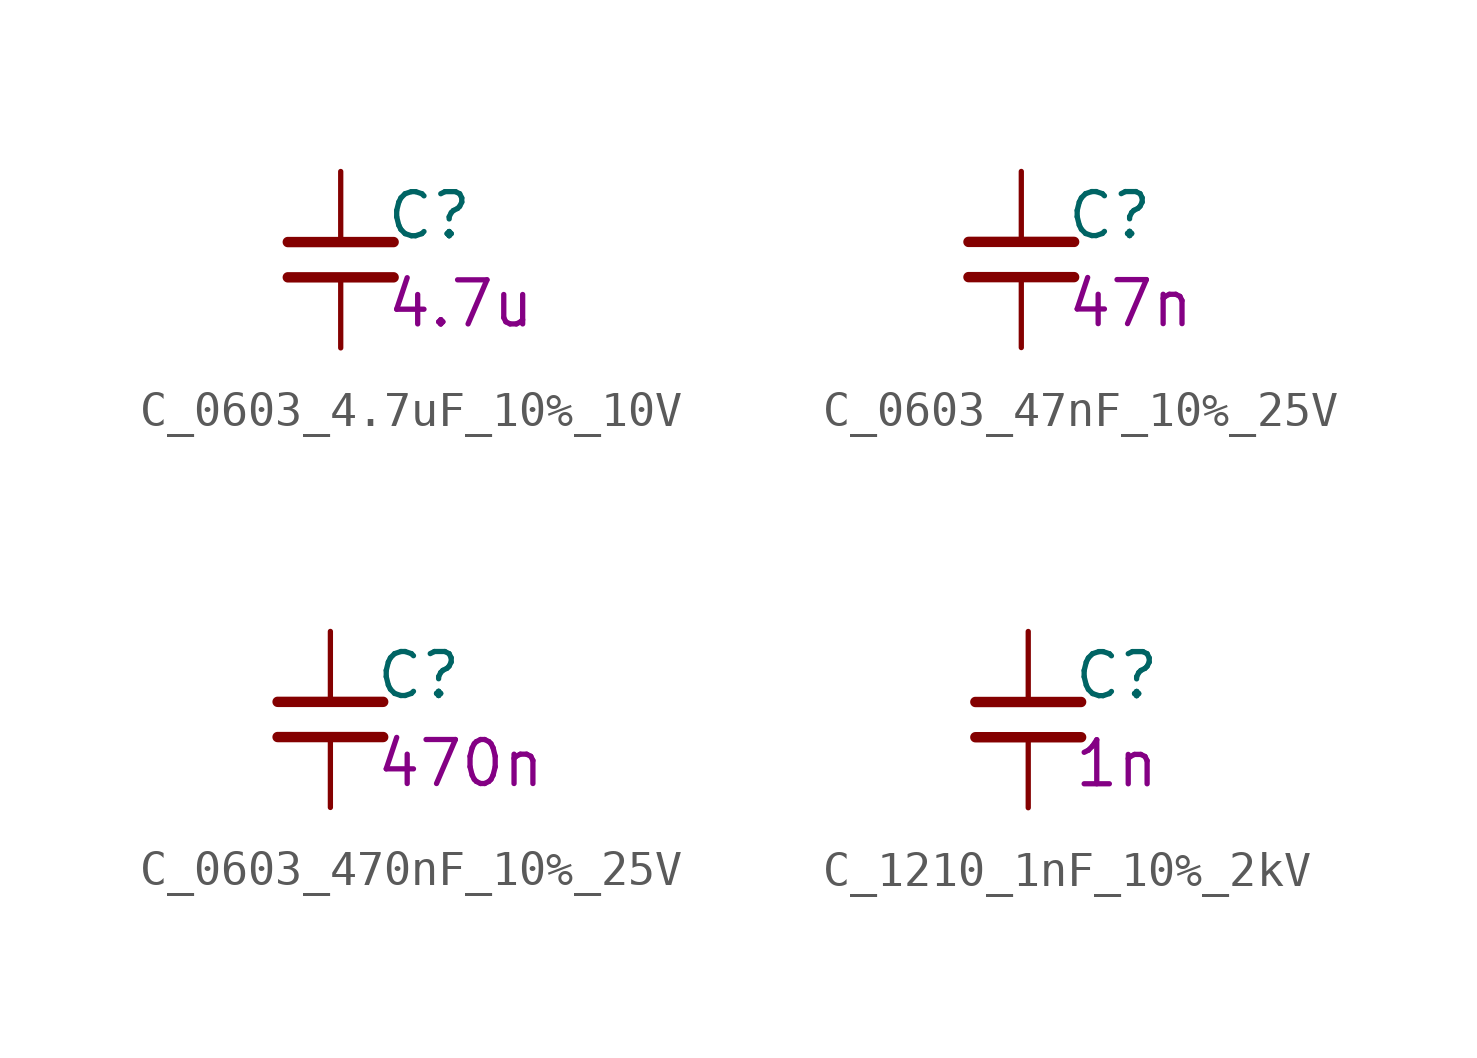
<source format=kicad_sym>
(kicad_symbol_lib
  (version 20211014)
  (generator kicad_symbol_editor)
  (symbol "C_0603_4.7uF_10%_10V"
    (pin_numbers hide)
    (pin_names hide)
    (property "Reference" "C"
      (at 1.27 1.27 0)
      (effects (font (size 1.27 1.27)) (justify left)))
    (property "Value_shown" "4.7u"
      (at 1.27 -1.27 0)
      (effects (font (size 1.27 1.27)) (justify left)))
    (symbol "C_0603_4.7uF_10%_10V_1_1"
      (polyline (pts (xy -1.524 -0.508) (xy 1.524 -0.508)) (stroke (width 0.3) (type default) (color 0 0 0 0)) (fill (type none)))
      (polyline (pts (xy -1.524 0.508) (xy 1.524 0.508)) (stroke (width 0.3) (type default) (color 0 0 0 0)) (fill (type none)))
      (pin passive line (at 0 2.54 270) (length 2.032) (name "1" (effects (font (size 0 0)))) (number "1" (effects (font (size 0 0)))))
      (pin passive line (at 0 -2.54 90) (length 2.032) (name "2" (effects (font (size 0 0)))) (number "2" (effects (font (size 0 0)))))))
  (symbol "C_0603_47nF_10%_25V"
    (pin_numbers hide)
    (pin_names hide)
    (property "Reference" "C"
      (at 1.27 1.27 0)
      (effects (font (size 1.27 1.27)) (justify left)))
    (property "Value_shown" "47n"
      (at 1.27 -1.27 0)
      (effects (font (size 1.27 1.27)) (justify left)))
    (symbol "C_0603_47nF_10%_25V_1_1"
      (polyline (pts (xy -1.524 -0.508) (xy 1.524 -0.508)) (stroke (width 0.3) (type default) (color 0 0 0 0)) (fill (type none)))
      (polyline (pts (xy -1.524 0.508) (xy 1.524 0.508)) (stroke (width 0.3) (type default) (color 0 0 0 0)) (fill (type none)))
      (pin passive line (at 0 2.54 270) (length 2.032) (name "1" (effects (font (size 0 0)))) (number "1" (effects (font (size 0 0)))))
      (pin passive line (at 0 -2.54 90) (length 2.032) (name "2" (effects (font (size 0 0)))) (number "2" (effects (font (size 0 0)))))))
  (symbol "C_0603_470nF_10%_25V"
    (pin_numbers hide)
    (pin_names hide)
    (property "Reference" "C"
      (at 1.27 1.27 0)
      (effects (font (size 1.27 1.27)) (justify left)))
    (property "Value_shown" "470n"
      (at 1.27 -1.27 0)
      (effects (font (size 1.27 1.27)) (justify left)))
    (symbol "C_0603_470nF_10%_25V_1_1"
      (polyline (pts (xy -1.524 -0.508) (xy 1.524 -0.508)) (stroke (width 0.3) (type default) (color 0 0 0 0)) (fill (type none)))
      (polyline (pts (xy -1.524 0.508) (xy 1.524 0.508)) (stroke (width 0.3) (type default) (color 0 0 0 0)) (fill (type none)))
      (pin passive line (at 0 2.54 270) (length 2.032) (name "1" (effects (font (size 0 0)))) (number "1" (effects (font (size 0 0)))))
      (pin passive line (at 0 -2.54 90) (length 2.032) (name "2" (effects (font (size 0 0)))) (number "2" (effects (font (size 0 0)))))))
  (symbol "C_1210_1nF_10%_2kV"
    (pin_numbers hide)
    (pin_names hide)
    (property "Reference" "C"
      (at 1.27 1.27 0)
      (effects (font (size 1.27 1.27)) (justify left)))
    (property "Value_shown" "1n"
      (at 1.27 -1.27 0)
      (effects (font (size 1.27 1.27)) (justify left)))
    (symbol "C_1210_1nF_10%_2kV_1_1"
      (polyline (pts (xy -1.524 -0.508) (xy 1.524 -0.508)) (stroke (width 0.3) (type default) (color 0 0 0 0)) (fill (type none)))
      (polyline (pts (xy -1.524 0.508) (xy 1.524 0.508)) (stroke (width 0.3) (type default) (color 0 0 0 0)) (fill (type none)))
      (pin passive line (at 0 2.54 270) (length 2.032) (name "1" (effects (font (size 0 0)))) (number "1" (effects (font (size 0 0)))))
      (pin passive line (at 0 -2.54 90) (length 2.032) (name "2" (effects (font (size 0 0)))) (number "2" (effects (font (size 0 0))))))))
</source>
